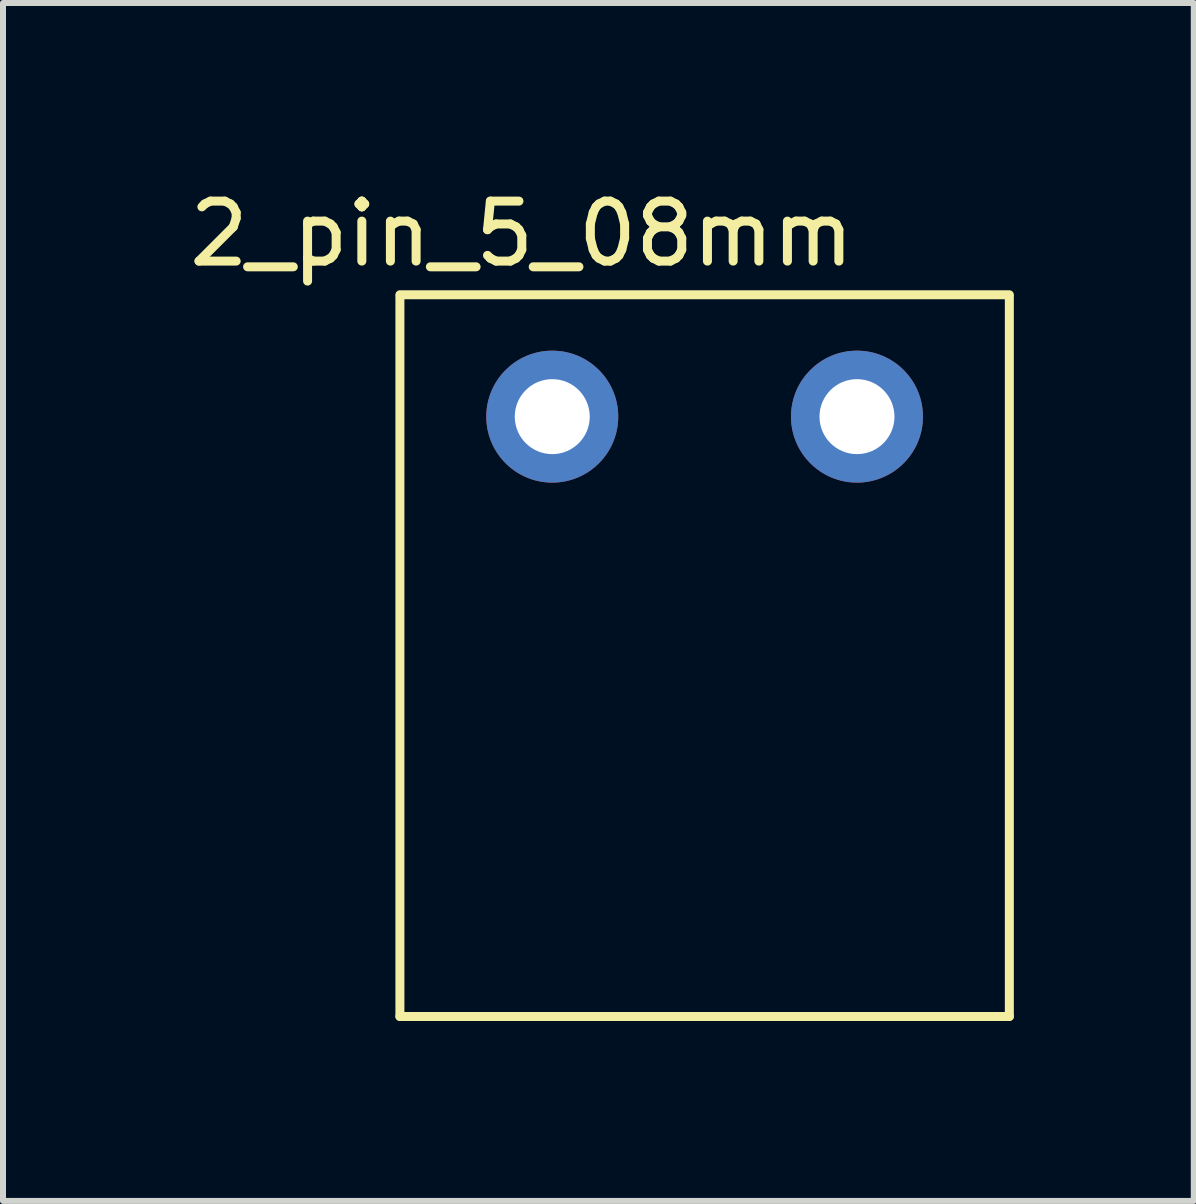
<source format=kicad_pcb>
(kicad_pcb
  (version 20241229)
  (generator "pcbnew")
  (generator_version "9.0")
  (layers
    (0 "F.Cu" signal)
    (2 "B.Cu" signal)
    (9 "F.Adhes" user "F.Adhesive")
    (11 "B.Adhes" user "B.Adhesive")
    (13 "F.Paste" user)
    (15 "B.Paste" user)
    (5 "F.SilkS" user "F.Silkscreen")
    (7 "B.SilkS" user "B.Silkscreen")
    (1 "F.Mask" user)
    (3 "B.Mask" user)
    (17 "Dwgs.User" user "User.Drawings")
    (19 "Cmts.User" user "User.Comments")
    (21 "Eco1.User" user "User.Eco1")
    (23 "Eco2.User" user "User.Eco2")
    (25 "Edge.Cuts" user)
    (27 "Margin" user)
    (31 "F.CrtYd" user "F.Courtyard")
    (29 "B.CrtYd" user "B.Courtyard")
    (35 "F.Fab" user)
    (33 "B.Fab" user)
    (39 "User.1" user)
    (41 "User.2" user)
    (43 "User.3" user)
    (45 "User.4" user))
  (footprint "2_pin_5_08mm"
    (layer "F.Cu")
    (at 8.697 3.896)
    (property "Reference" "2_pin_5_08mm" (at -3.048 -3.048 0) (layer "F.SilkS") (effects (font (size 1 1) (thickness 0.15))))
    (attr through_hole)
    (fp_line (start -5.08 -2.032) (end 5.08 -2.032) (stroke (width 0.15) (type solid)) (layer "F.SilkS"))
    (fp_line (start -5.08 -2) (end -5.08 10) (stroke (width 0.15) (type solid)) (layer "F.SilkS"))
    (fp_line (start -5.08 10) (end 5.08 10) (stroke (width 0.15) (type solid)) (layer "F.SilkS"))
    (fp_line (start 5.08 -2) (end 5.08 10) (stroke (width 0.15) (type solid)) (layer "F.SilkS"))
    (pad "1" thru_hole circle (at -2.54 0) (size 2.2 2.2) (drill 1.25) (layers "*.Cu" "*.Mask"))
    (pad "2" thru_hole circle (at 2.54 0) (size 2.2 2.2) (drill 1.25) (layers "*.Cu" "*.Mask")))
  (gr_rect
    (start -3 -3)
    (end 16.852 16.971)
    (stroke (width 0.1) (type default))
    (fill no)
    (layer "Edge.Cuts")))
</source>
